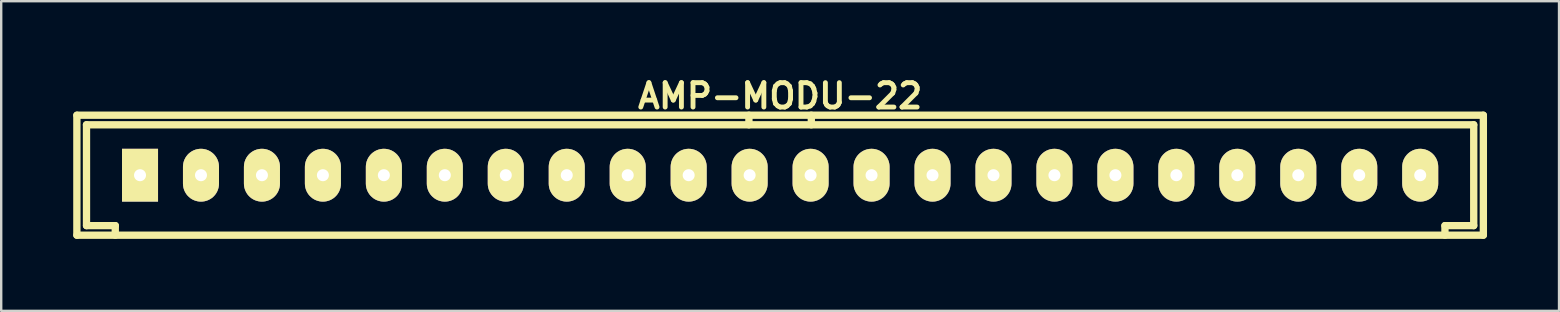
<source format=kicad_pcb>
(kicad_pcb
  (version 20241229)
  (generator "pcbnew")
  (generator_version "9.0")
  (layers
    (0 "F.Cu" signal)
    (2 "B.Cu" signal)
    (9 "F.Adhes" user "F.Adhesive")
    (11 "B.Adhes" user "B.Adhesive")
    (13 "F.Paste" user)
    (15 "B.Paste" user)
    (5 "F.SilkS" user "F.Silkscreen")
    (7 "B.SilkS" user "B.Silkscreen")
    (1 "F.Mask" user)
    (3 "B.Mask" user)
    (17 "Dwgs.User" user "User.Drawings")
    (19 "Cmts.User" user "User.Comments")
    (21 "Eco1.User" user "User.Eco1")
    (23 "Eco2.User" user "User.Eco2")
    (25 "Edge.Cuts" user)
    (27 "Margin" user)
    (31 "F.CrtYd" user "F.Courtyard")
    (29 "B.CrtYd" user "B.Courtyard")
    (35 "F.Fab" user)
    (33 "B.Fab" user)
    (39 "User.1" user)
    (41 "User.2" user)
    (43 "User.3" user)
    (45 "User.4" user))
  (footprint "AMP-MODU-22"
    (layer "F.Cu")
    (at 29.454 4.25)
    (property "Reference" "AMP-MODU-22" (at 0 -3.299 0) (layer "F.SilkS") (effects (font (size 1.016 1.016) (thickness 0.203))))
    (attr through_hole)
    (fp_line (start -29.301 2.499) (end -29.301 -2.499) (stroke (width 0.305) (type solid)) (layer "F.SilkS"))
    (fp_line (start -29.299 -2.499) (end 29.299 -2.499) (stroke (width 0.305) (type solid)) (layer "F.SilkS"))
    (fp_line (start -29.299 2.499) (end 29.299 2.499) (stroke (width 0.305) (type solid)) (layer "F.SilkS"))
    (fp_line (start -28.9 -2.101) (end -28.9 2.101) (stroke (width 0.305) (type solid)) (layer "F.SilkS"))
    (fp_line (start -27.701 2.101) (end -27.701 2.499) (stroke (width 0.305) (type solid)) (layer "F.SilkS"))
    (fp_line (start -27.699 2.101) (end -28.898 2.101) (stroke (width 0.305) (type solid)) (layer "F.SilkS"))
    (fp_line (start -1.3 -2.101) (end -1.3 -2.499) (stroke (width 0.305) (type solid)) (layer "F.SilkS"))
    (fp_line (start 1.3 -2.499) (end 1.3 -2.101) (stroke (width 0.305) (type solid)) (layer "F.SilkS"))
    (fp_line (start 27.701 2.499) (end 27.701 2.101) (stroke (width 0.305) (type solid)) (layer "F.SilkS"))
    (fp_line (start 28.9 -2.101) (end -28.9 -2.101) (stroke (width 0.305) (type solid)) (layer "F.SilkS"))
    (fp_line (start 28.9 2.101) (end 27.701 2.101) (stroke (width 0.305) (type solid)) (layer "F.SilkS"))
    (fp_line (start 28.9 2.101) (end 28.9 -2.101) (stroke (width 0.305) (type solid)) (layer "F.SilkS"))
    (fp_line (start 29.301 -2.499) (end 29.301 2.499) (stroke (width 0.305) (type solid)) (layer "F.SilkS"))
    (pad "1" thru_hole rect (at -26.67 0) (size 1.501 2.2) (drill 0.5) (layers "*.Cu" "*.Mask" "F.SilkS"))
    (pad "2" thru_hole oval (at -24.13 0) (size 1.501 2.2) (drill 0.5) (layers "*.Cu" "*.Mask" "F.SilkS"))
    (pad "3" thru_hole oval (at -21.59 0) (size 1.501 2.2) (drill 0.5) (layers "*.Cu" "*.Mask" "F.SilkS"))
    (pad "4" thru_hole oval (at -19.05 0) (size 1.501 2.2) (drill 0.5) (layers "*.Cu" "*.Mask" "F.SilkS"))
    (pad "5" thru_hole oval (at -16.51 0) (size 1.501 2.2) (drill 0.5) (layers "*.Cu" "*.Mask" "F.SilkS"))
    (pad "6" thru_hole oval (at -13.97 0) (size 1.501 2.2) (drill 0.5) (layers "*.Cu" "*.Mask" "F.SilkS"))
    (pad "7" thru_hole oval (at -11.43 0) (size 1.501 2.2) (drill 0.5) (layers "*.Cu" "*.Mask" "F.SilkS"))
    (pad "8" thru_hole oval (at -8.89 0) (size 1.501 2.2) (drill 0.5) (layers "*.Cu" "*.Mask" "F.SilkS"))
    (pad "9" thru_hole oval (at -6.35 0) (size 1.501 2.2) (drill 0.5) (layers "*.Cu" "*.Mask" "F.SilkS"))
    (pad "10" thru_hole oval (at -3.81 0) (size 1.501 2.2) (drill 0.5) (layers "*.Cu" "*.Mask" "F.SilkS"))
    (pad "11" thru_hole oval (at -1.27 0) (size 1.501 2.2) (drill 0.5) (layers "*.Cu" "*.Mask" "F.SilkS"))
    (pad "12" thru_hole oval (at 1.27 0) (size 1.501 2.2) (drill 0.5) (layers "*.Cu" "*.Mask" "F.SilkS"))
    (pad "13" thru_hole oval (at 3.81 0) (size 1.501 2.2) (drill 0.5) (layers "*.Cu" "*.Mask" "F.SilkS"))
    (pad "14" thru_hole oval (at 6.35 0) (size 1.501 2.2) (drill 0.5) (layers "*.Cu" "*.Mask" "F.SilkS"))
    (pad "15" thru_hole oval (at 8.89 0) (size 1.501 2.2) (drill 0.5) (layers "*.Cu" "*.Mask" "F.SilkS"))
    (pad "16" thru_hole oval (at 11.43 0) (size 1.501 2.2) (drill 0.5) (layers "*.Cu" "*.Mask" "F.SilkS"))
    (pad "17" thru_hole oval (at 13.97 0) (size 1.501 2.2) (drill 0.5) (layers "*.Cu" "*.Mask" "F.SilkS"))
    (pad "18" thru_hole oval (at 16.51 0) (size 1.501 2.2) (drill 0.5) (layers "*.Cu" "*.Mask" "F.SilkS"))
    (pad "19" thru_hole oval (at 19.05 0) (size 1.501 2.2) (drill 0.5) (layers "*.Cu" "*.Mask" "F.SilkS"))
    (pad "20" thru_hole oval (at 21.59 0) (size 1.501 2.2) (drill 0.5) (layers "*.Cu" "*.Mask" "F.SilkS"))
    (pad "21" thru_hole oval (at 24.13 0) (size 1.501 2.2) (drill 0.5) (layers "*.Cu" "*.Mask" "F.SilkS"))
    (pad "22" thru_hole oval (at 26.67 0) (size 1.501 2.2) (drill 0.5) (layers "*.Cu" "*.Mask" "F.SilkS")))
  (gr_rect
    (start -3 -3)
    (end 61.908 9.902)
    (stroke (width 0.1) (type default))
    (fill no)
    (layer "Edge.Cuts")))
</source>
